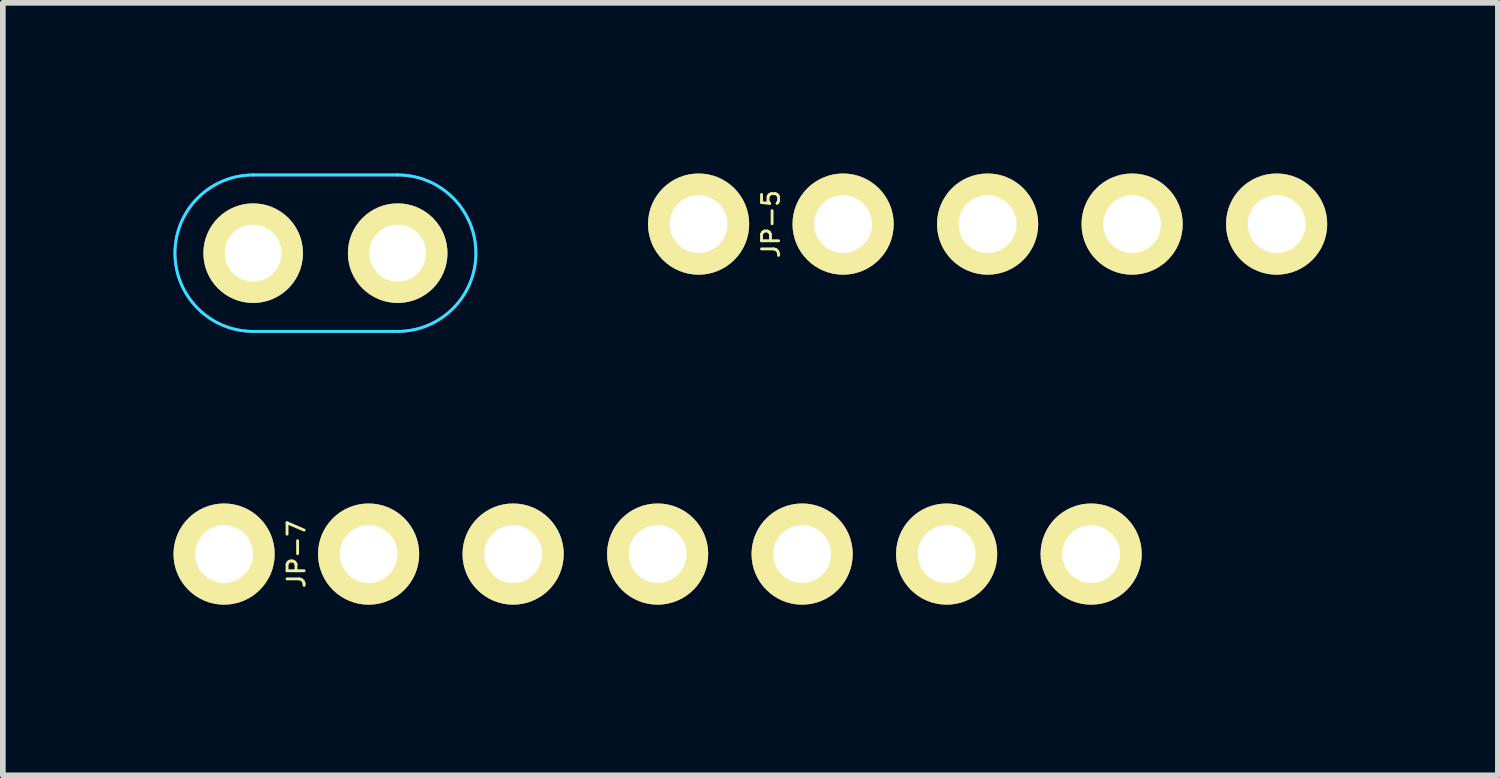
<source format=kicad_pcb>
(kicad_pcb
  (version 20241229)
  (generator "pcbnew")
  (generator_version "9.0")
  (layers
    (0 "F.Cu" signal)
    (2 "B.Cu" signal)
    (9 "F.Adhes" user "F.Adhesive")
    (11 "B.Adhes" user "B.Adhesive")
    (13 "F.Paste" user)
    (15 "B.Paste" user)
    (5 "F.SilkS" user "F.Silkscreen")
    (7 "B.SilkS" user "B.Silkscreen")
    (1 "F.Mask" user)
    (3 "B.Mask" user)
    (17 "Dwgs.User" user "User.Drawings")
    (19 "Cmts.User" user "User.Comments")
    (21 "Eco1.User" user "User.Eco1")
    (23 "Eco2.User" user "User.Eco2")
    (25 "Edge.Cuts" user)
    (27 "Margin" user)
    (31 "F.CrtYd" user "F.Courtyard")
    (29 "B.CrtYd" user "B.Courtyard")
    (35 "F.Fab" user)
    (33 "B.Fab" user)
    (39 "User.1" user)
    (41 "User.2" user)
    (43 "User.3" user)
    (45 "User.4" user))
  (footprint "JP-7"
    (layer "F.Cu")
    (at 8.509 6.689)
    (property "Reference" "JP-7" (at -6.35 0 90) (layer "F.SilkS") (effects (font (size 0.3 0.3) (thickness 0.05))))
    (attr through_hole)
    (pad "1" thru_hole circle (at -7.62 0) (size 1.778 1.778) (drill 1.016) (layers "*.Cu" "*.Mask" "F.SilkS"))
    (pad "2" thru_hole circle (at -5.08 0) (size 1.778 1.778) (drill 1.016) (layers "*.Cu" "*.Mask" "F.SilkS"))
    (pad "3" thru_hole circle (at -2.54 0) (size 1.778 1.778) (drill 1.016) (layers "*.Cu" "*.Mask" "F.SilkS"))
    (pad "4" thru_hole circle (at 0 0) (size 1.778 1.778) (drill 1.016) (layers "*.Cu" "*.Mask" "F.SilkS"))
    (pad "5" thru_hole circle (at 2.54 0) (size 1.778 1.778) (drill 1.016) (layers "*.Cu" "*.Mask" "F.SilkS"))
    (pad "6" thru_hole circle (at 5.08 0) (size 1.778 1.778) (drill 1.016) (layers "*.Cu" "*.Mask" "F.SilkS"))
    (pad "7" thru_hole circle (at 7.62 0) (size 1.778 1.778) (drill 1.016) (layers "*.Cu" "*.Mask" "F.SilkS")))
  (footprint "JP-2"
    (layer "F.Cu")
    (at 2.67 1.4)
    (property "Reference" "JP-2" (at -1 0 90) (layer "F.SilkS") (effects (font (size 0.3 0.3) (thickness 0.05))))
    (attr through_hole)
    (fp_line (start -1.27 -1.375) (end 1.27 -1.375) (stroke (width 0.05) (type solid)) (layer "B.CrtYd"))
    (fp_line (start -1.27 1.375) (end 1.27 1.375) (stroke (width 0.05) (type solid)) (layer "B.CrtYd"))
    (fp_arc (start -1.27 1.375) (mid -2.645 0) (end -1.27 -1.375) (stroke (width 0.05) (type solid)) (layer "B.CrtYd"))
    (fp_arc (start 1.27 -1.375) (mid 2.645 0) (end 1.27 1.375) (stroke (width 0.05) (type solid)) (layer "B.CrtYd"))
    (fp_line (start -1.27 -1.375) (end 1.27 -1.375) (stroke (width 0.05) (type solid)) (layer "F.CrtYd"))
    (fp_line (start -1.27 1.375) (end 1.27 1.375) (stroke (width 0.05) (type solid)) (layer "F.CrtYd"))
    (fp_arc (start -1.27 1.375) (mid -2.645 0) (end -1.27 -1.375) (stroke (width 0.05) (type solid)) (layer "F.CrtYd"))
    (fp_arc (start 1.27 -1.375) (mid 2.645 0) (end 1.27 1.375) (stroke (width 0.05) (type solid)) (layer "F.CrtYd"))
    (pad "1" thru_hole circle (at -1.27 0) (size 1.75 1.75) (drill 1) (layers "*.Cu" "*.Mask" "F.SilkS"))
    (pad "2" thru_hole circle (at 1.27 0) (size 1.75 1.75) (drill 1) (layers "*.Cu" "*.Mask" "F.SilkS")))
  (footprint "JP-5"
    (layer "F.Cu")
    (at 14.309 0.889)
    (property "Reference" "JP-5" (at -3.81 0 90) (layer "F.SilkS") (effects (font (size 0.3 0.3) (thickness 0.05))))
    (attr through_hole)
    (pad "1" thru_hole circle (at -5.08 0) (size 1.778 1.778) (drill 1.016) (layers "*.Cu" "*.Mask" "F.SilkS"))
    (pad "2" thru_hole circle (at -2.54 0) (size 1.778 1.778) (drill 1.016) (layers "*.Cu" "*.Mask" "F.SilkS"))
    (pad "3" thru_hole circle (at 0 0) (size 1.778 1.778) (drill 1.016) (layers "*.Cu" "*.Mask" "F.SilkS"))
    (pad "4" thru_hole circle (at 2.54 0) (size 1.778 1.778) (drill 1.016) (layers "*.Cu" "*.Mask" "F.SilkS"))
    (pad "5" thru_hole circle (at 5.08 0) (size 1.778 1.778) (drill 1.016) (layers "*.Cu" "*.Mask" "F.SilkS")))
  (gr_rect
    (start -3 -3)
    (end 23.278 10.578)
    (stroke (width 0.1) (type default))
    (fill no)
    (layer "Edge.Cuts")))
</source>
